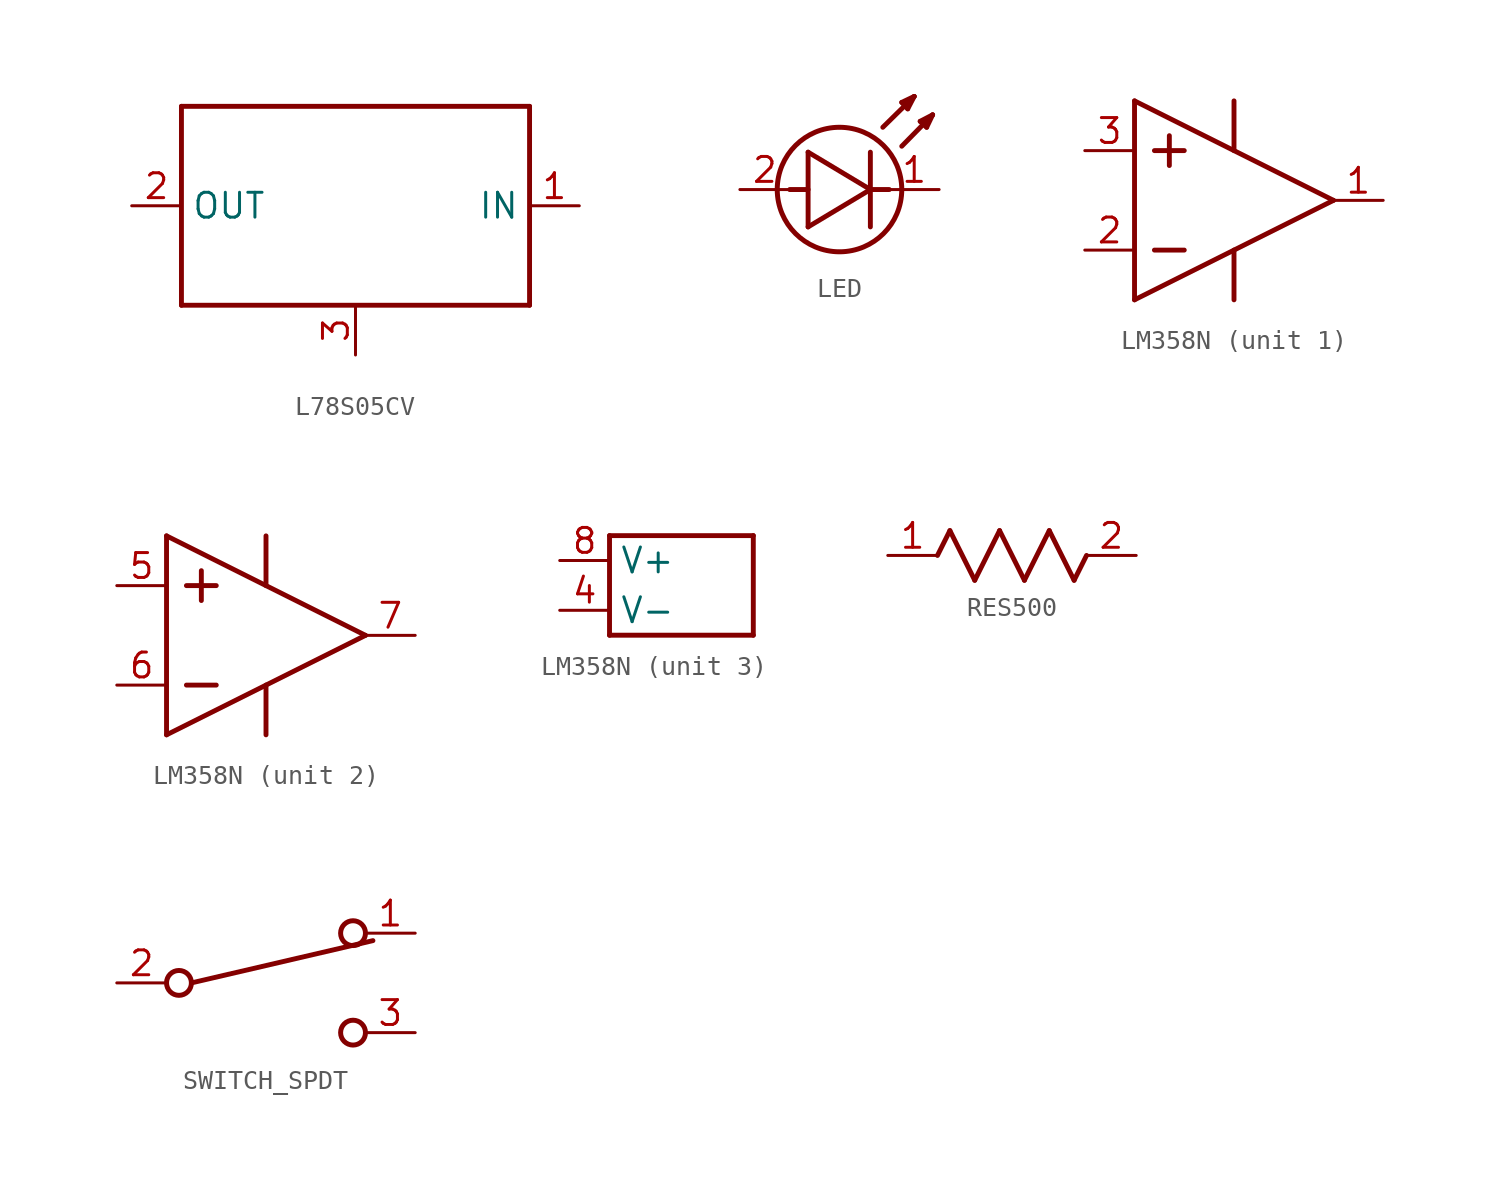
<source format=kicad_sym>
(kicad_symbol_lib
  (version 20231120)
  (generator "kicad_symbol_editor")
  (generator_version "8.0")
  (symbol "L78S05CV"
    (property "Reference" "U"
      (at 0 0 0)
      (effects (font (size 1.27 1.27)) (hide yes)))
    (property "ki_locked" ""
      (at 0 0 0)
      (effects (font (size 1.27 1.27))))
    (symbol "L78S05CV_1_0"
      (polyline (pts (xy -8.89 -5.08) (xy -8.89 5.08)) (stroke (width 0.25) (type solid)) (fill (type none)))
      (polyline (pts (xy -8.89 5.08) (xy 8.89 5.08)) (stroke (width 0.25) (type solid)) (fill (type none)))
      (polyline (pts (xy 8.89 -5.08) (xy -8.89 -5.08)) (stroke (width 0.25) (type solid)) (fill (type none)))
      (polyline (pts (xy 8.89 5.08) (xy 8.89 -5.08)) (stroke (width 0.25) (type solid)) (fill (type none)))
      (pin power_in line (at 11.43 0 180) (length 2.54) (name "IN" (effects (font (size 1.27 1.27)))) (number "1" (effects (font (size 1.27 1.27)))))
      (pin power_in line (at -11.43 0 0) (length 2.54) (name "OUT" (effects (font (size 1.27 1.27)))) (number "2" (effects (font (size 1.27 1.27)))))
      (pin power_in line (at 0 -7.62 90) (length 2.54) (name "GND" (effects (font (size 0 0)))) (number "3" (effects (font (size 1.27 1.27)))))))
  (symbol "LED"
    (property "Reference" "D"
      (at 0 0 0)
      (effects (font (size 1.27 1.27)) (hide yes)))
    (property "ki_locked" ""
      (at 0 0 0)
      (effects (font (size 1.27 1.27))))
    (symbol "LED_1_0"
      (circle (center -0.787 -0.787) (radius 3.175) (stroke (width 0.254) (type solid)) (fill (type none)))
      (polyline (pts (xy -3.327 -0.787) (xy -2.388 -0.787)) (stroke (width 0.25) (type solid)) (fill (type none)))
      (polyline (pts (xy -2.388 -2.692) (xy 0.787 -0.787)) (stroke (width 0.25) (type solid)) (fill (type none)))
      (polyline (pts (xy -2.388 1.118) (xy -2.388 -2.692)) (stroke (width 0.25) (type solid)) (fill (type none)))
      (polyline (pts (xy 0.787 -2.692) (xy 0.787 1.118)) (stroke (width 0.25) (type solid)) (fill (type none)))
      (polyline (pts (xy 0.787 -0.787) (xy -2.388 1.118)) (stroke (width 0.25) (type solid)) (fill (type none)))
      (polyline (pts (xy 0.787 -0.787) (xy 1.753 -0.787)) (stroke (width 0.25) (type solid)) (fill (type none)))
      (polyline (pts (xy 1.422 2.388) (xy 3.023 3.962)) (stroke (width 0.25) (type solid)) (fill (type none)))
      (polyline (pts (xy 2.388 1.422) (xy 3.962 3.023)) (stroke (width 0.25) (type solid)) (fill (type none)))
      (polyline (pts (xy 2.388 3.658) (xy 2.692 3.327)) (stroke (width 0.25) (type solid)) (fill (type none)))
      (polyline (pts (xy 2.692 3.327) (xy 3.023 3.962)) (stroke (width 0.25) (type solid)) (fill (type none)))
      (polyline (pts (xy 3.023 3.962) (xy 2.388 3.658)) (stroke (width 0.25) (type solid)) (fill (type none)))
      (polyline (pts (xy 3.327 2.692) (xy 3.658 2.388)) (stroke (width 0.25) (type solid)) (fill (type none)))
      (polyline (pts (xy 3.658 2.388) (xy 3.962 3.023)) (stroke (width 0.25) (type solid)) (fill (type none)))
      (polyline (pts (xy 3.962 3.023) (xy 3.327 2.692)) (stroke (width 0.25) (type solid)) (fill (type none)))
      (pin passive line (at 4.293 -0.787 180) (length 2.54) (name "K" (effects (font (size 0 0)))) (number "1" (effects (font (size 1.27 1.27)))))
      (pin passive line (at -5.867 -0.787 0) (length 2.54) (name "A" (effects (font (size 0 0)))) (number "2" (effects (font (size 1.27 1.27)))))))
  (symbol "LM358N"
    (property "Reference" "U"
      (at 0 0 0)
      (effects (font (size 1.27 1.27)) (hide yes)))
    (property "ki_locked" ""
      (at 0 0 0)
      (effects (font (size 1.27 1.27))))
    (symbol "LM358N_1_0"
      (polyline (pts (xy -5.08 -5.08) (xy -5.08 5.08)) (stroke (width 0.25) (type solid)) (fill (type none)))
      (polyline (pts (xy -5.08 -5.08) (xy 5.08 0)) (stroke (width 0.25) (type solid)) (fill (type none)))
      (polyline (pts (xy -5.08 5.08) (xy 5.08 0)) (stroke (width 0.25) (type solid)) (fill (type none)))
      (polyline (pts (xy -4.064 -2.54) (xy -2.54 -2.54)) (stroke (width 0.25) (type solid)) (fill (type none)))
      (polyline (pts (xy -4.064 2.54) (xy -2.54 2.54)) (stroke (width 0.25) (type solid)) (fill (type none)))
      (polyline (pts (xy -3.302 1.778) (xy -3.302 3.302)) (stroke (width 0.25) (type solid)) (fill (type none)))
      (polyline (pts (xy 0 -5.08) (xy 0 -2.54)) (stroke (width 0.25) (type solid)) (fill (type none)))
      (polyline (pts (xy 0 2.54) (xy 0 5.08)) (stroke (width 0.25) (type solid)) (fill (type none)))
      (pin output line (at 7.62 0 180) (length 2.54) (name "OUT" (effects (font (size 0 0)))) (number "1" (effects (font (size 1.27 1.27)))))
      (pin input line (at -7.62 -2.54 0) (length 2.54) (name "IN-" (effects (font (size 0 0)))) (number "2" (effects (font (size 1.27 1.27)))))
      (pin input line (at -7.62 2.54 0) (length 2.54) (name "IN+" (effects (font (size 0 0)))) (number "3" (effects (font (size 1.27 1.27))))))
    (symbol "LM358N_2_0"
      (polyline (pts (xy -5.08 -5.08) (xy -5.08 5.08)) (stroke (width 0.25) (type solid)) (fill (type none)))
      (polyline (pts (xy -5.08 -5.08) (xy 5.08 0)) (stroke (width 0.25) (type solid)) (fill (type none)))
      (polyline (pts (xy -5.08 5.08) (xy 5.08 0)) (stroke (width 0.25) (type solid)) (fill (type none)))
      (polyline (pts (xy -4.064 -2.54) (xy -2.54 -2.54)) (stroke (width 0.25) (type solid)) (fill (type none)))
      (polyline (pts (xy -4.064 2.54) (xy -2.54 2.54)) (stroke (width 0.25) (type solid)) (fill (type none)))
      (polyline (pts (xy -3.302 1.778) (xy -3.302 3.302)) (stroke (width 0.25) (type solid)) (fill (type none)))
      (polyline (pts (xy 0 -5.08) (xy 0 -2.54)) (stroke (width 0.25) (type solid)) (fill (type none)))
      (polyline (pts (xy 0 2.54) (xy 0 5.08)) (stroke (width 0.25) (type solid)) (fill (type none)))
      (pin input line (at -7.62 2.54 0) (length 2.54) (name "IN+" (effects (font (size 0 0)))) (number "5" (effects (font (size 1.27 1.27)))))
      (pin input line (at -7.62 -2.54 0) (length 2.54) (name "IN-" (effects (font (size 0 0)))) (number "6" (effects (font (size 1.27 1.27)))))
      (pin output line (at 7.62 0 180) (length 2.54) (name "OUT" (effects (font (size 0 0)))) (number "7" (effects (font (size 1.27 1.27))))))
    (symbol "LM358N_3_0"
      (polyline (pts (xy -3.667 -2.54) (xy -3.667 2.54)) (stroke (width 0.25) (type solid)) (fill (type none)))
      (polyline (pts (xy -3.667 2.54) (xy 3.667 2.54)) (stroke (width 0.25) (type solid)) (fill (type none)))
      (polyline (pts (xy 3.667 -2.54) (xy -3.667 -2.54)) (stroke (width 0.25) (type solid)) (fill (type none)))
      (polyline (pts (xy 3.667 2.54) (xy 3.667 -2.54)) (stroke (width 0.25) (type solid)) (fill (type none)))
      (pin power_in line (at -6.207 -1.27 0) (length 2.54) (name "V-" (effects (font (size 1.27 1.27)))) (number "4" (effects (font (size 1.27 1.27)))))
      (pin power_in line (at -6.207 1.27 0) (length 2.54) (name "V+" (effects (font (size 1.27 1.27)))) (number "8" (effects (font (size 1.27 1.27)))))))
  (symbol "RES500"
    (property "Reference" "R"
      (at 0 0 0)
      (effects (font (size 1.27 1.27)) (hide yes)))
    (property "ki_locked" ""
      (at 0 0 0)
      (effects (font (size 1.27 1.27))))
    (symbol "RES500_1_0"
      (polyline (pts (xy -3.81 0) (xy -3.175 1.27)) (stroke (width 0.25) (type solid)) (fill (type none)))
      (polyline (pts (xy -3.175 1.27) (xy -1.905 -1.27)) (stroke (width 0.25) (type solid)) (fill (type none)))
      (polyline (pts (xy -1.905 -1.27) (xy -0.635 1.27)) (stroke (width 0.25) (type solid)) (fill (type none)))
      (polyline (pts (xy -0.635 1.27) (xy 0.635 -1.27)) (stroke (width 0.25) (type solid)) (fill (type none)))
      (polyline (pts (xy 0.635 -1.27) (xy 1.905 1.27)) (stroke (width 0.25) (type solid)) (fill (type none)))
      (polyline (pts (xy 1.905 1.27) (xy 3.175 -1.27)) (stroke (width 0.25) (type solid)) (fill (type none)))
      (polyline (pts (xy 3.175 -1.27) (xy 3.81 0)) (stroke (width 0.25) (type solid)) (fill (type none)))
      (pin passive line (at -6.35 0 0) (length 2.54) (name "A" (effects (font (size 0 0)))) (number "1" (effects (font (size 1.27 1.27)))))
      (pin passive line (at 6.35 0 180) (length 2.54) (name "B" (effects (font (size 0 0)))) (number "2" (effects (font (size 1.27 1.27)))))))
  (symbol "SWITCH_SPDT"
    (property "Reference" "S"
      (at 0 0 0)
      (effects (font (size 1.27 1.27)) (hide yes)))
    (property "ki_locked" ""
      (at 0 0 0)
      (effects (font (size 1.27 1.27))))
    (symbol "SWITCH_SPDT_1_0"
      (circle (center -4.458 0) (radius 0.635) (stroke (width 0.254) (type solid)) (fill (type none)))
      (polyline (pts (xy -3.823 0) (xy 5.448 2.159)) (stroke (width 0.25) (type solid)) (fill (type none)))
      (circle (center 4.432 -2.54) (radius 0.635) (stroke (width 0.254) (type solid)) (fill (type none)))
      (circle (center 4.432 2.54) (radius 0.635) (stroke (width 0.254) (type solid)) (fill (type none)))
      (pin passive line (at 7.607 2.54 180) (length 2.54) (name "C2" (effects (font (size 0 0)))) (number "1" (effects (font (size 1.27 1.27)))))
      (pin passive line (at -7.633 0 0) (length 2.54) (name "C1" (effects (font (size 0 0)))) (number "2" (effects (font (size 1.27 1.27)))))
      (pin passive line (at 7.607 -2.54 180) (length 2.54) (name "C3" (effects (font (size 0 0)))) (number "3" (effects (font (size 1.27 1.27))))))))
</source>
